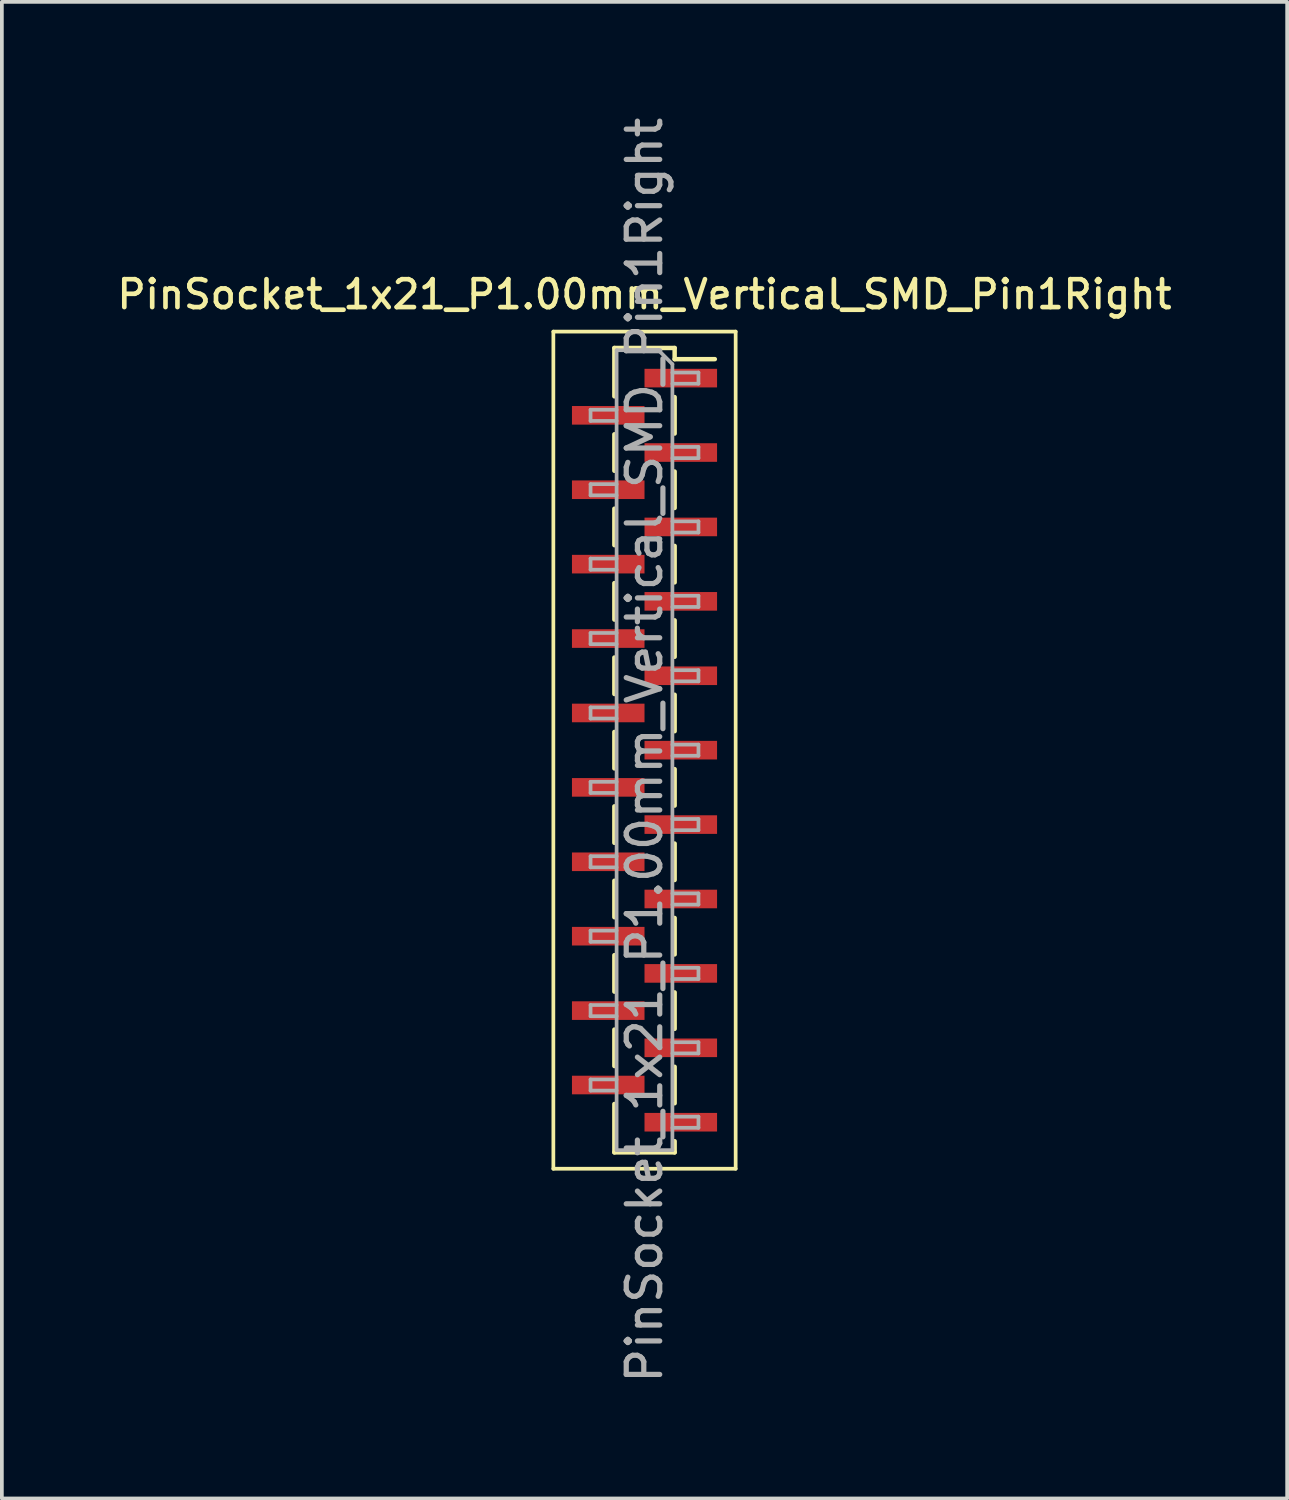
<source format=kicad_pcb>
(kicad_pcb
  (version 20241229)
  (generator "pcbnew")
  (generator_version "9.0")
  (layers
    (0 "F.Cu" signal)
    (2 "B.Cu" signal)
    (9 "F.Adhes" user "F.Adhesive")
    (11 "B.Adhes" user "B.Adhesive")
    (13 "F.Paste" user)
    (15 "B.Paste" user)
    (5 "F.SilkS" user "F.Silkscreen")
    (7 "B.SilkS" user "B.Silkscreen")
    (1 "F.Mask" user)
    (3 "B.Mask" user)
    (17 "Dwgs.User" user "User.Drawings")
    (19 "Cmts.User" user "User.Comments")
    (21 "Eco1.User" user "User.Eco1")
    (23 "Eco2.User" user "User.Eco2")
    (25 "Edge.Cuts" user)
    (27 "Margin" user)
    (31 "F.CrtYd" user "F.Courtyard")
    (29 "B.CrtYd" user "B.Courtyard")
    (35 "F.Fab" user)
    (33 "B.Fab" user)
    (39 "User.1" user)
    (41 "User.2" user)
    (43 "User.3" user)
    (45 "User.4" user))
  (footprint "PinSocket_1x21_P1.00mm_Vertical_SMD_Pin1Right"
    (layer "F.Cu")
    (at 14.273 17.113)
    (property "Reference" "PinSocket_1x21_P1.00mm_Vertical_SMD_Pin1Right" (at 0 -12.25 0) (layer "F.SilkS") (effects (font (size 0.75 0.75) (thickness 0.125))))
    (attr smd)
    (fp_line (start -2.45 -11.25) (end 2.45 -11.25) (stroke (width 0.1) (type solid)) (layer "F.SilkS"))
    (fp_line (start -2.45 11.25) (end -2.45 -11.25) (stroke (width 0.1) (type solid)) (layer "F.SilkS"))
    (fp_line (start -0.81 -10.81) (end -0.81 -9.51) (stroke (width 0.12) (type solid)) (layer "F.SilkS"))
    (fp_line (start -0.81 -10.81) (end 0.81 -10.81) (stroke (width 0.12) (type solid)) (layer "F.SilkS"))
    (fp_line (start -0.81 -8.49) (end -0.81 -7.51) (stroke (width 0.12) (type solid)) (layer "F.SilkS"))
    (fp_line (start -0.81 -6.49) (end -0.81 -5.51) (stroke (width 0.12) (type solid)) (layer "F.SilkS"))
    (fp_line (start -0.81 -4.49) (end -0.81 -3.51) (stroke (width 0.12) (type solid)) (layer "F.SilkS"))
    (fp_line (start -0.81 -2.49) (end -0.81 -1.51) (stroke (width 0.12) (type solid)) (layer "F.SilkS"))
    (fp_line (start -0.81 -0.49) (end -0.81 0.49) (stroke (width 0.12) (type solid)) (layer "F.SilkS"))
    (fp_line (start -0.81 1.51) (end -0.81 2.49) (stroke (width 0.12) (type solid)) (layer "F.SilkS"))
    (fp_line (start -0.81 3.51) (end -0.81 4.49) (stroke (width 0.12) (type solid)) (layer "F.SilkS"))
    (fp_line (start -0.81 5.51) (end -0.81 6.49) (stroke (width 0.12) (type solid)) (layer "F.SilkS"))
    (fp_line (start -0.81 7.51) (end -0.81 8.49) (stroke (width 0.12) (type solid)) (layer "F.SilkS"))
    (fp_line (start -0.81 9.51) (end -0.81 10.81) (stroke (width 0.12) (type solid)) (layer "F.SilkS"))
    (fp_line (start -0.81 10.81) (end 0.81 10.81) (stroke (width 0.12) (type solid)) (layer "F.SilkS"))
    (fp_line (start 0.81 -10.81) (end 0.81 -10.51) (stroke (width 0.12) (type solid)) (layer "F.SilkS"))
    (fp_line (start 0.81 -10.51) (end 1.89 -10.51) (stroke (width 0.12) (type solid)) (layer "F.SilkS"))
    (fp_line (start 0.81 -9.49) (end 0.81 -8.51) (stroke (width 0.12) (type solid)) (layer "F.SilkS"))
    (fp_line (start 0.81 -7.49) (end 0.81 -6.51) (stroke (width 0.12) (type solid)) (layer "F.SilkS"))
    (fp_line (start 0.81 -5.49) (end 0.81 -4.51) (stroke (width 0.12) (type solid)) (layer "F.SilkS"))
    (fp_line (start 0.81 -3.49) (end 0.81 -2.51) (stroke (width 0.12) (type solid)) (layer "F.SilkS"))
    (fp_line (start 0.81 -1.49) (end 0.81 -0.51) (stroke (width 0.12) (type solid)) (layer "F.SilkS"))
    (fp_line (start 0.81 0.51) (end 0.81 1.49) (stroke (width 0.12) (type solid)) (layer "F.SilkS"))
    (fp_line (start 0.81 2.51) (end 0.81 3.49) (stroke (width 0.12) (type solid)) (layer "F.SilkS"))
    (fp_line (start 0.81 4.51) (end 0.81 5.49) (stroke (width 0.12) (type solid)) (layer "F.SilkS"))
    (fp_line (start 0.81 6.51) (end 0.81 7.49) (stroke (width 0.12) (type solid)) (layer "F.SilkS"))
    (fp_line (start 0.81 8.51) (end 0.81 9.49) (stroke (width 0.12) (type solid)) (layer "F.SilkS"))
    (fp_line (start 0.81 10.51) (end 0.81 10.81) (stroke (width 0.12) (type solid)) (layer "F.SilkS"))
    (fp_line (start 2.45 -11.25) (end 2.45 11.25) (stroke (width 0.1) (type solid)) (layer "F.SilkS"))
    (fp_line (start 2.45 11.25) (end -2.45 11.25) (stroke (width 0.1) (type solid)) (layer "F.SilkS"))
    (fp_line (start -1.45 -9.15) (end -0.75 -9.15) (stroke (width 0.1) (type solid)) (layer "F.Fab"))
    (fp_line (start -1.45 -8.85) (end -1.45 -9.15) (stroke (width 0.1) (type solid)) (layer "F.Fab"))
    (fp_line (start -1.45 -7.15) (end -0.75 -7.15) (stroke (width 0.1) (type solid)) (layer "F.Fab"))
    (fp_line (start -1.45 -6.85) (end -1.45 -7.15) (stroke (width 0.1) (type solid)) (layer "F.Fab"))
    (fp_line (start -1.45 -5.15) (end -0.75 -5.15) (stroke (width 0.1) (type solid)) (layer "F.Fab"))
    (fp_line (start -1.45 -4.85) (end -1.45 -5.15) (stroke (width 0.1) (type solid)) (layer "F.Fab"))
    (fp_line (start -1.45 -3.15) (end -0.75 -3.15) (stroke (width 0.1) (type solid)) (layer "F.Fab"))
    (fp_line (start -1.45 -2.85) (end -1.45 -3.15) (stroke (width 0.1) (type solid)) (layer "F.Fab"))
    (fp_line (start -1.45 -1.15) (end -0.75 -1.15) (stroke (width 0.1) (type solid)) (layer "F.Fab"))
    (fp_line (start -1.45 -0.85) (end -1.45 -1.15) (stroke (width 0.1) (type solid)) (layer "F.Fab"))
    (fp_line (start -1.45 0.85) (end -0.75 0.85) (stroke (width 0.1) (type solid)) (layer "F.Fab"))
    (fp_line (start -1.45 1.15) (end -1.45 0.85) (stroke (width 0.1) (type solid)) (layer "F.Fab"))
    (fp_line (start -1.45 2.85) (end -0.75 2.85) (stroke (width 0.1) (type solid)) (layer "F.Fab"))
    (fp_line (start -1.45 3.15) (end -1.45 2.85) (stroke (width 0.1) (type solid)) (layer "F.Fab"))
    (fp_line (start -1.45 4.85) (end -0.75 4.85) (stroke (width 0.1) (type solid)) (layer "F.Fab"))
    (fp_line (start -1.45 5.15) (end -1.45 4.85) (stroke (width 0.1) (type solid)) (layer "F.Fab"))
    (fp_line (start -1.45 6.85) (end -0.75 6.85) (stroke (width 0.1) (type solid)) (layer "F.Fab"))
    (fp_line (start -1.45 7.15) (end -1.45 6.85) (stroke (width 0.1) (type solid)) (layer "F.Fab"))
    (fp_line (start -1.45 8.85) (end -0.75 8.85) (stroke (width 0.1) (type solid)) (layer "F.Fab"))
    (fp_line (start -1.45 9.15) (end -1.45 8.85) (stroke (width 0.1) (type solid)) (layer "F.Fab"))
    (fp_line (start -0.75 -10.75) (end 0.375 -10.75) (stroke (width 0.1) (type solid)) (layer "F.Fab"))
    (fp_line (start -0.75 -8.85) (end -1.45 -8.85) (stroke (width 0.1) (type solid)) (layer "F.Fab"))
    (fp_line (start -0.75 -6.85) (end -1.45 -6.85) (stroke (width 0.1) (type solid)) (layer "F.Fab"))
    (fp_line (start -0.75 -4.85) (end -1.45 -4.85) (stroke (width 0.1) (type solid)) (layer "F.Fab"))
    (fp_line (start -0.75 -2.85) (end -1.45 -2.85) (stroke (width 0.1) (type solid)) (layer "F.Fab"))
    (fp_line (start -0.75 -0.85) (end -1.45 -0.85) (stroke (width 0.1) (type solid)) (layer "F.Fab"))
    (fp_line (start -0.75 1.15) (end -1.45 1.15) (stroke (width 0.1) (type solid)) (layer "F.Fab"))
    (fp_line (start -0.75 3.15) (end -1.45 3.15) (stroke (width 0.1) (type solid)) (layer "F.Fab"))
    (fp_line (start -0.75 5.15) (end -1.45 5.15) (stroke (width 0.1) (type solid)) (layer "F.Fab"))
    (fp_line (start -0.75 7.15) (end -1.45 7.15) (stroke (width 0.1) (type solid)) (layer "F.Fab"))
    (fp_line (start -0.75 9.15) (end -1.45 9.15) (stroke (width 0.1) (type solid)) (layer "F.Fab"))
    (fp_line (start -0.75 10.75) (end -0.75 -10.75) (stroke (width 0.1) (type solid)) (layer "F.Fab"))
    (fp_line (start 0.375 -10.75) (end 0.75 -10.375) (stroke (width 0.1) (type solid)) (layer "F.Fab"))
    (fp_line (start 0.75 -10.375) (end 0.75 10.75) (stroke (width 0.1) (type solid)) (layer "F.Fab"))
    (fp_line (start 0.75 -10.15) (end 1.45 -10.15) (stroke (width 0.1) (type solid)) (layer "F.Fab"))
    (fp_line (start 0.75 -8.15) (end 1.45 -8.15) (stroke (width 0.1) (type solid)) (layer "F.Fab"))
    (fp_line (start 0.75 -6.15) (end 1.45 -6.15) (stroke (width 0.1) (type solid)) (layer "F.Fab"))
    (fp_line (start 0.75 -4.15) (end 1.45 -4.15) (stroke (width 0.1) (type solid)) (layer "F.Fab"))
    (fp_line (start 0.75 -2.15) (end 1.45 -2.15) (stroke (width 0.1) (type solid)) (layer "F.Fab"))
    (fp_line (start 0.75 -0.15) (end 1.45 -0.15) (stroke (width 0.1) (type solid)) (layer "F.Fab"))
    (fp_line (start 0.75 1.85) (end 1.45 1.85) (stroke (width 0.1) (type solid)) (layer "F.Fab"))
    (fp_line (start 0.75 3.85) (end 1.45 3.85) (stroke (width 0.1) (type solid)) (layer "F.Fab"))
    (fp_line (start 0.75 5.85) (end 1.45 5.85) (stroke (width 0.1) (type solid)) (layer "F.Fab"))
    (fp_line (start 0.75 7.85) (end 1.45 7.85) (stroke (width 0.1) (type solid)) (layer "F.Fab"))
    (fp_line (start 0.75 9.85) (end 1.45 9.85) (stroke (width 0.1) (type solid)) (layer "F.Fab"))
    (fp_line (start 0.75 10.75) (end -0.75 10.75) (stroke (width 0.1) (type solid)) (layer "F.Fab"))
    (fp_line (start 1.45 -10.15) (end 1.45 -9.85) (stroke (width 0.1) (type solid)) (layer "F.Fab"))
    (fp_line (start 1.45 -9.85) (end 0.75 -9.85) (stroke (width 0.1) (type solid)) (layer "F.Fab"))
    (fp_line (start 1.45 -8.15) (end 1.45 -7.85) (stroke (width 0.1) (type solid)) (layer "F.Fab"))
    (fp_line (start 1.45 -7.85) (end 0.75 -7.85) (stroke (width 0.1) (type solid)) (layer "F.Fab"))
    (fp_line (start 1.45 -6.15) (end 1.45 -5.85) (stroke (width 0.1) (type solid)) (layer "F.Fab"))
    (fp_line (start 1.45 -5.85) (end 0.75 -5.85) (stroke (width 0.1) (type solid)) (layer "F.Fab"))
    (fp_line (start 1.45 -4.15) (end 1.45 -3.85) (stroke (width 0.1) (type solid)) (layer "F.Fab"))
    (fp_line (start 1.45 -3.85) (end 0.75 -3.85) (stroke (width 0.1) (type solid)) (layer "F.Fab"))
    (fp_line (start 1.45 -2.15) (end 1.45 -1.85) (stroke (width 0.1) (type solid)) (layer "F.Fab"))
    (fp_line (start 1.45 -1.85) (end 0.75 -1.85) (stroke (width 0.1) (type solid)) (layer "F.Fab"))
    (fp_line (start 1.45 -0.15) (end 1.45 0.15) (stroke (width 0.1) (type solid)) (layer "F.Fab"))
    (fp_line (start 1.45 0.15) (end 0.75 0.15) (stroke (width 0.1) (type solid)) (layer "F.Fab"))
    (fp_line (start 1.45 1.85) (end 1.45 2.15) (stroke (width 0.1) (type solid)) (layer "F.Fab"))
    (fp_line (start 1.45 2.15) (end 0.75 2.15) (stroke (width 0.1) (type solid)) (layer "F.Fab"))
    (fp_line (start 1.45 3.85) (end 1.45 4.15) (stroke (width 0.1) (type solid)) (layer "F.Fab"))
    (fp_line (start 1.45 4.15) (end 0.75 4.15) (stroke (width 0.1) (type solid)) (layer "F.Fab"))
    (fp_line (start 1.45 5.85) (end 1.45 6.15) (stroke (width 0.1) (type solid)) (layer "F.Fab"))
    (fp_line (start 1.45 6.15) (end 0.75 6.15) (stroke (width 0.1) (type solid)) (layer "F.Fab"))
    (fp_line (start 1.45 7.85) (end 1.45 8.15) (stroke (width 0.1) (type solid)) (layer "F.Fab"))
    (fp_line (start 1.45 8.15) (end 0.75 8.15) (stroke (width 0.1) (type solid)) (layer "F.Fab"))
    (fp_line (start 1.45 9.85) (end 1.45 10.15) (stroke (width 0.1) (type solid)) (layer "F.Fab"))
    (fp_line (start 1.45 10.15) (end 0.75 10.15) (stroke (width 0.1) (type solid)) (layer "F.Fab"))
    (fp_text user "${REFERENCE}" (at 0 0 90) (layer "F.Fab") (effects (font (size 0.9 0.9) (thickness 0.14))))
    (pad "1" smd rect (at 0.975 -10) (size 1.95 0.5) (layers "F.Cu" "F.Mask" "F.Paste"))
    (pad "2" smd rect (at -0.975 -9) (size 1.95 0.5) (layers "F.Cu" "F.Mask" "F.Paste"))
    (pad "3" smd rect (at 0.975 -8) (size 1.95 0.5) (layers "F.Cu" "F.Mask" "F.Paste"))
    (pad "4" smd rect (at -0.975 -7) (size 1.95 0.5) (layers "F.Cu" "F.Mask" "F.Paste"))
    (pad "5" smd rect (at 0.975 -6) (size 1.95 0.5) (layers "F.Cu" "F.Mask" "F.Paste"))
    (pad "6" smd rect (at -0.975 -5) (size 1.95 0.5) (layers "F.Cu" "F.Mask" "F.Paste"))
    (pad "7" smd rect (at 0.975 -4) (size 1.95 0.5) (layers "F.Cu" "F.Mask" "F.Paste"))
    (pad "8" smd rect (at -0.975 -3) (size 1.95 0.5) (layers "F.Cu" "F.Mask" "F.Paste"))
    (pad "9" smd rect (at 0.975 -2) (size 1.95 0.5) (layers "F.Cu" "F.Mask" "F.Paste"))
    (pad "10" smd rect (at -0.975 -1) (size 1.95 0.5) (layers "F.Cu" "F.Mask" "F.Paste"))
    (pad "11" smd rect (at 0.975 0) (size 1.95 0.5) (layers "F.Cu" "F.Mask" "F.Paste"))
    (pad "12" smd rect (at -0.975 1) (size 1.95 0.5) (layers "F.Cu" "F.Mask" "F.Paste"))
    (pad "13" smd rect (at 0.975 2) (size 1.95 0.5) (layers "F.Cu" "F.Mask" "F.Paste"))
    (pad "14" smd rect (at -0.975 3) (size 1.95 0.5) (layers "F.Cu" "F.Mask" "F.Paste"))
    (pad "15" smd rect (at 0.975 4) (size 1.95 0.5) (layers "F.Cu" "F.Mask" "F.Paste"))
    (pad "16" smd rect (at -0.975 5) (size 1.95 0.5) (layers "F.Cu" "F.Mask" "F.Paste"))
    (pad "17" smd rect (at 0.975 6) (size 1.95 0.5) (layers "F.Cu" "F.Mask" "F.Paste"))
    (pad "18" smd rect (at -0.975 7) (size 1.95 0.5) (layers "F.Cu" "F.Mask" "F.Paste"))
    (pad "19" smd rect (at 0.975 8) (size 1.95 0.5) (layers "F.Cu" "F.Mask" "F.Paste"))
    (pad "20" smd rect (at -0.975 9) (size 1.95 0.5) (layers "F.Cu" "F.Mask" "F.Paste"))
    (pad "21" smd rect (at 0.975 10) (size 1.95 0.5) (layers "F.Cu" "F.Mask" "F.Paste")))
  (gr_rect
    (start -3 -3)
    (end 31.546 37.226)
    (stroke (width 0.1) (type default))
    (fill no)
    (layer "Edge.Cuts")))
</source>
